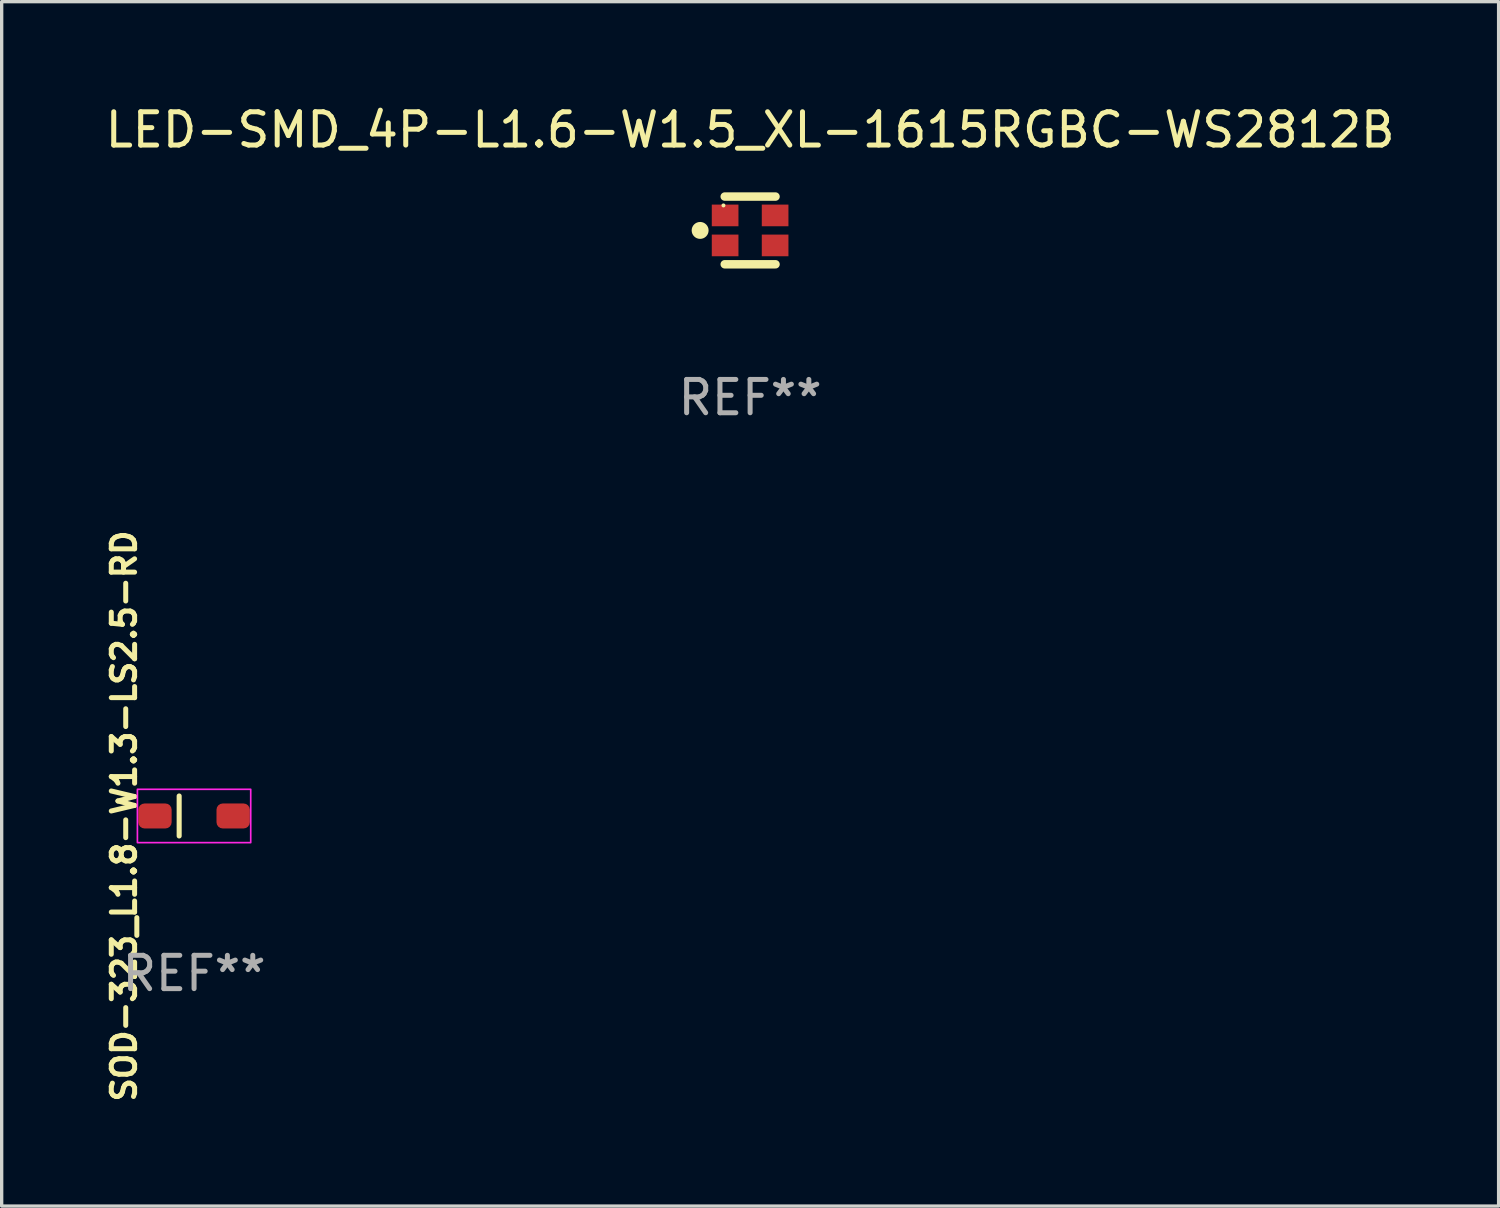
<source format=kicad_pcb>
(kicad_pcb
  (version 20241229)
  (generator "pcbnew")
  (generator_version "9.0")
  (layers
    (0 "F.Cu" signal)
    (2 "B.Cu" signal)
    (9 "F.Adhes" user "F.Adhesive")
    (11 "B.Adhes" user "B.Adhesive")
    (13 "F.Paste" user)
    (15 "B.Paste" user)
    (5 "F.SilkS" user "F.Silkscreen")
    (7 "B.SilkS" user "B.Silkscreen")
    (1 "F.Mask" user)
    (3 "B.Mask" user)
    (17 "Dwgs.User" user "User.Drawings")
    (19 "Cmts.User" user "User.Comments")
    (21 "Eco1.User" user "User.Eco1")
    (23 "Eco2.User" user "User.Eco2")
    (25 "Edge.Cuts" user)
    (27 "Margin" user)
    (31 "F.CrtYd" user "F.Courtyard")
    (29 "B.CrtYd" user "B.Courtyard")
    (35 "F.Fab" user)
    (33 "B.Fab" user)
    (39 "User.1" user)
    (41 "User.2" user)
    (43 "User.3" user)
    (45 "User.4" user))
  (footprint "LED-SMD_4P-L1.6-W1.5_XL-1615RGBC-WS2812B"
    (layer "F.Cu")
    (at 19.458 3.864)
    (property "Reference" "LED-SMD_4P-L1.6-W1.5_XL-1615RGBC-WS2812B" (at 0 -3.016 0) (layer "F.SilkS") (effects (font (size 1 1) (thickness 0.15))))
    (attr through_hole)
    (fp_line (start -0.762 1.016) (end 0.762 1.016) (stroke (width 0.254) (type solid)) (layer "F.SilkS"))
    (fp_line (start 0.762 -1.016) (end -0.762 -1.016) (stroke (width 0.254) (type solid)) (layer "F.SilkS"))
    (fp_circle (center -1.5 0) (end -1.373 0) (stroke (width 0.254) (type solid)) (fill no) (layer "F.SilkS"))
    (fp_circle (center -0.8 -0.75) (end -0.77 -0.75) (stroke (width 0.06) (type solid)) (fill no) (layer "F.SilkS"))
    (fp_text user "REF**" (at 0 5.016 0) (layer "F.Fab") (effects (font (size 1 1) (thickness 0.15))))
    (pad "1" smd rect (at -0.75 -0.45 180) (size 0.8 0.65) (layers "F.Cu" "F.Mask" "F.Paste"))
    (pad "2" smd rect (at 0.75 -0.45 180) (size 0.8 0.65) (layers "F.Cu" "F.Mask" "F.Paste"))
    (pad "3" smd rect (at -0.75 0.45 180) (size 0.8 0.65) (layers "F.Cu" "F.Mask" "F.Paste"))
    (pad "4" smd rect (at 0.75 0.45 180) (size 0.8 0.65) (layers "F.Cu" "F.Mask" "F.Paste")))
  (footprint "SOD-323_L1.8-W1.3-LS2.5-RD"
    (layer "F.Cu")
    (at 2.773 21.434)
    (property "Reference" "SOD-323_L1.8-W1.3-LS2.5-RD" (at -2.1 0 90) (layer "F.SilkS") (effects (font (size 0.7 0.7) (thickness 0.15))))
    (attr through_hole)
    (fp_line (start -0.447 -0.6) (end -0.447 0.6) (stroke (width 0.152) (type solid)) (layer "F.SilkS"))
    (fp_rect (start -1.7 -0.8) (end 1.7 0.8) (stroke (width 0.05) (type default)) (fill no) (layer "F.CrtYd"))
    (fp_text user "REF**" (at 0 4.726 0) (layer "F.Fab") (effects (font (size 1 1) (thickness 0.15))))
    (pad "1" smd roundrect (at -1.173 0) (size 1 0.75) (layers "F.Cu" "F.Mask" "F.Paste") (roundrect_rratio 0.25))
    (pad "2" smd roundrect (at 1.173 0) (size 1 0.75) (layers "F.Cu" "F.Mask" "F.Paste") (roundrect_rratio 0.25)))
  (gr_rect
    (start -3 -3)
    (end 41.917 33.139)
    (stroke (width 0.1) (type default))
    (fill no)
    (layer "Edge.Cuts")))
</source>
